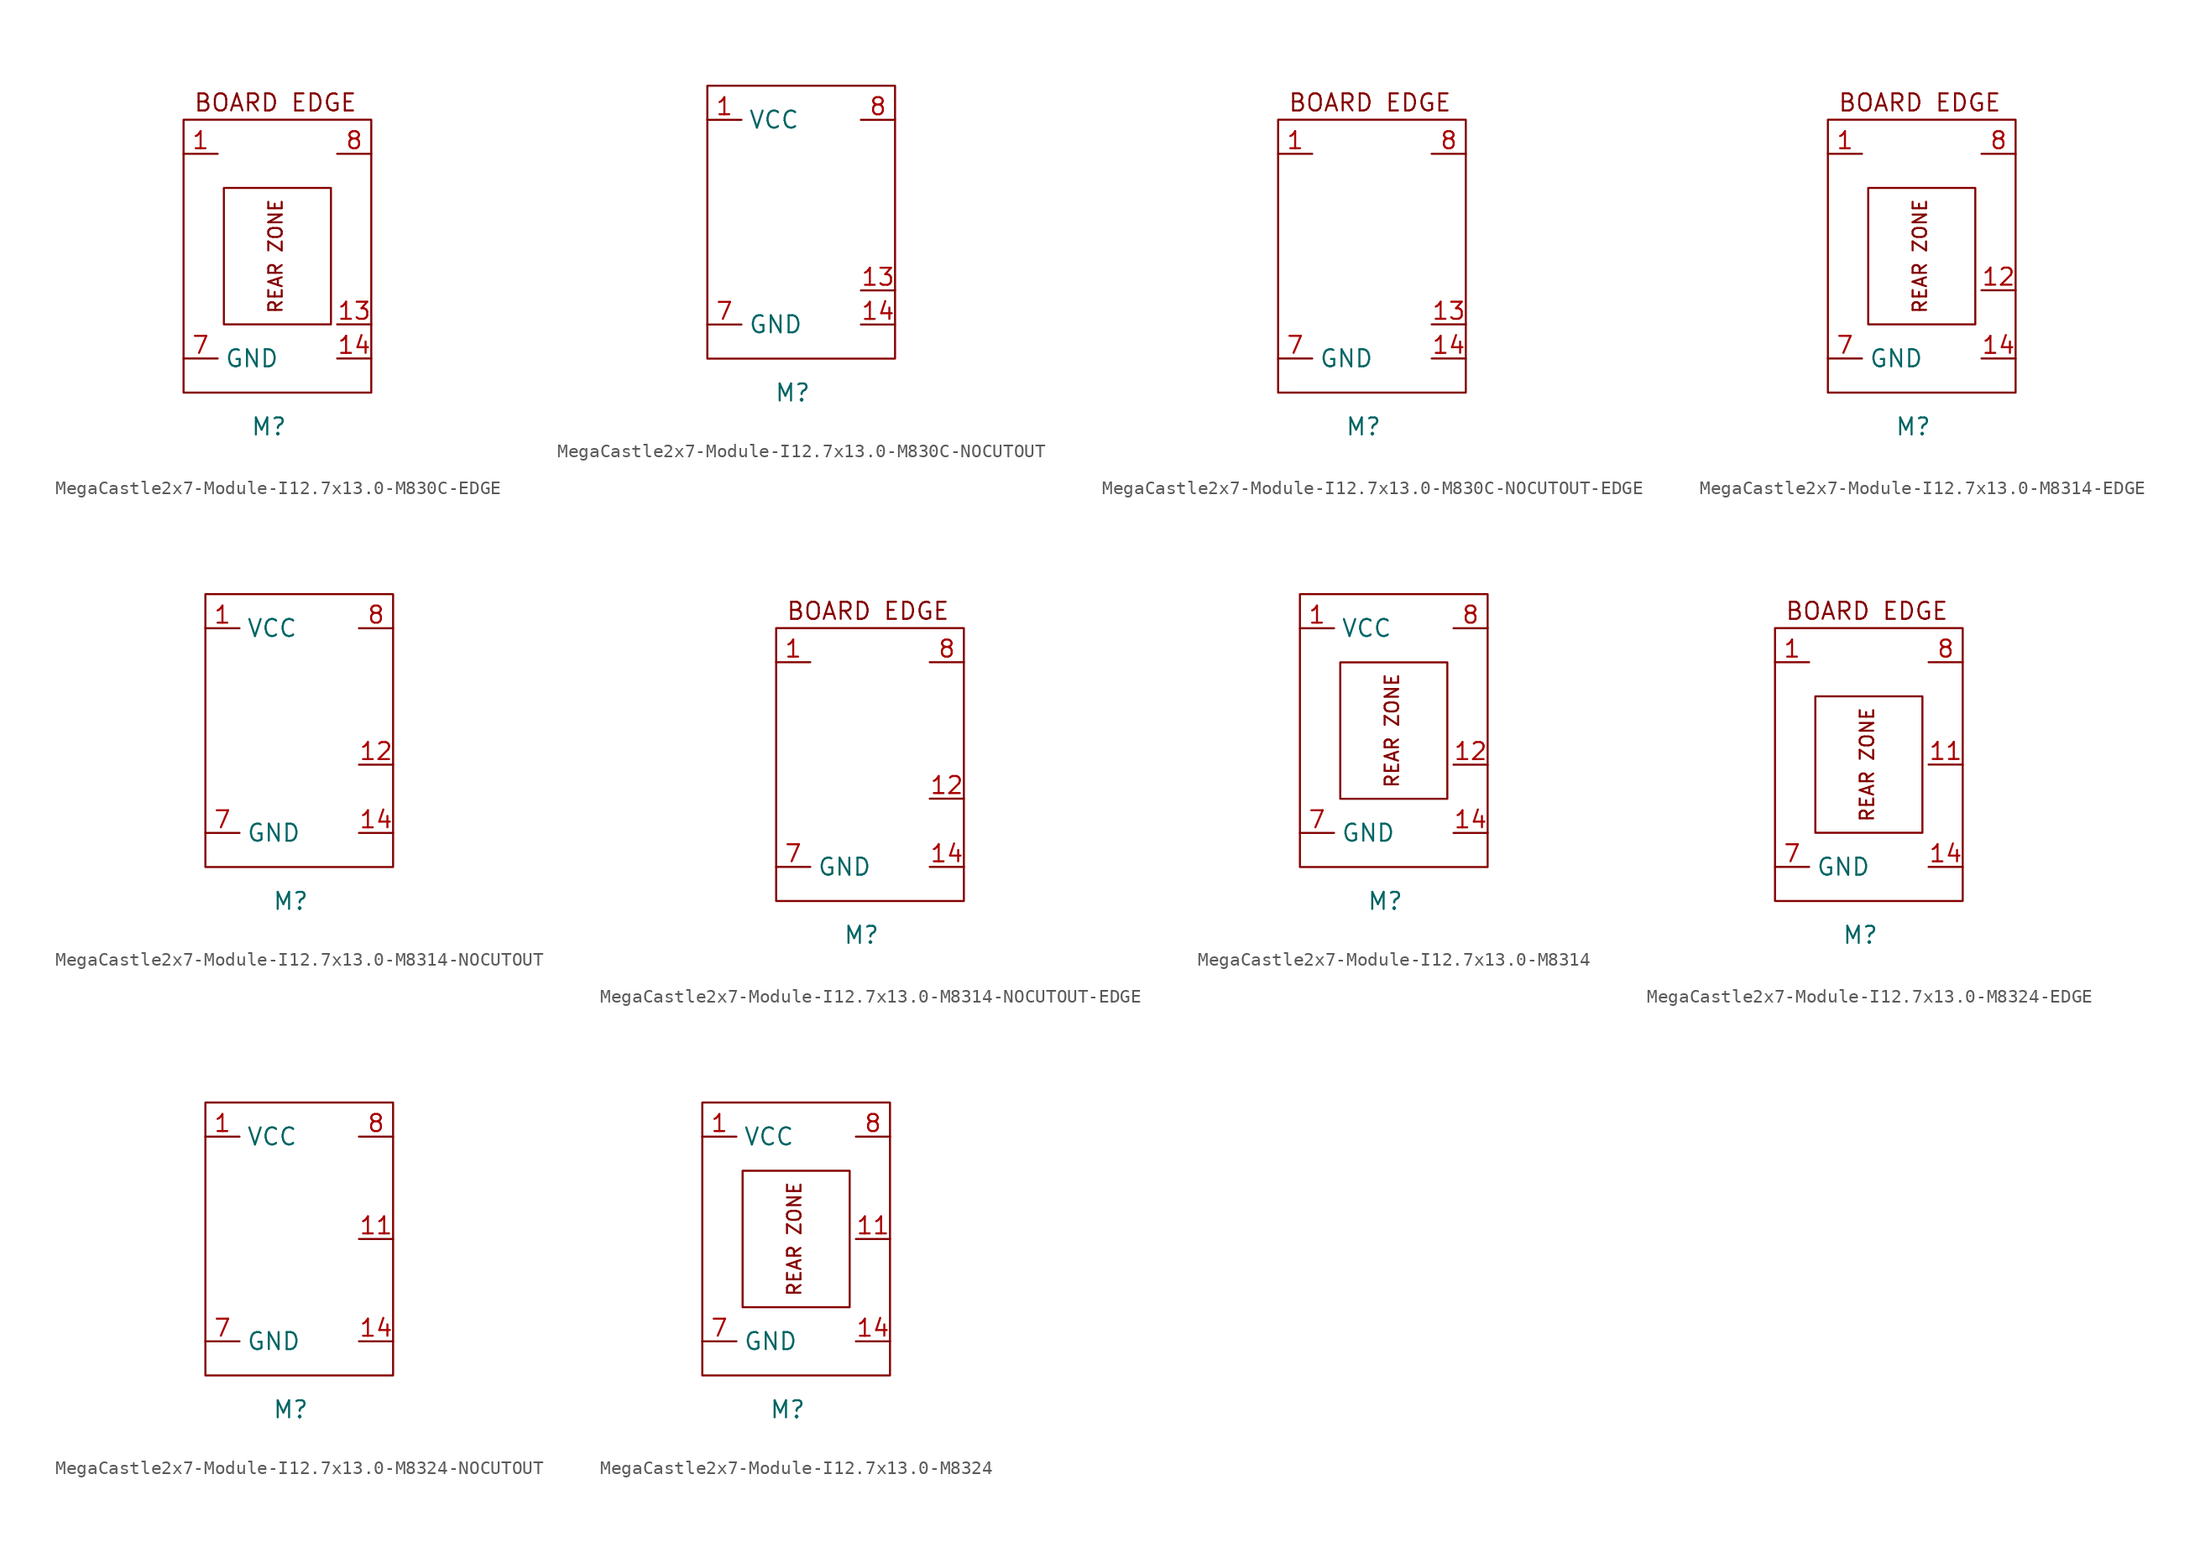
<source format=kicad_sym>
(kicad_symbol_lib
  (version 20241209)
  (generator "kicad_symbol_editor")
  (generator_version "9.0")
  (symbol "MegaCastle2x7-Module-I12.7x13.0-M830C-EDGE"
    (property "Reference" "M"
      (at 0 -12.7 0)
      (effects (font (size 1.27 1.27))))
    (property "Value" ""
      (at 0 5.08 0)
      (effects (font (size 1.27 1.27))))
    (symbol "MegaCastle2x7-Module-I12.7x13.0-M830C-EDGE_0_1"
      (rectangle (start -6.35 10.16) (end 7.62 -10.16) (stroke (width 0) (type default)) (fill (type none)))
      (rectangle (start -3.35 5.08) (end 4.62 -5.08) (stroke (width 0) (type default)) (fill (type none))))
    (symbol "MegaCastle2x7-Module-I12.7x13.0-M830C-EDGE_1_1"
      (text " BOARD EDGE" (at 0 11.43 0) (effects (font (size 1.27 1.27))))
      (text "REAR ZONE" (at 0.5 0 900) (effects (font (size 1 1))))
      (pin bidirectional line (at -6.35 7.62 0) (length 2.54) (name "" (effects (font (size 1.27 1.27)))) (number "1" (effects (font (size 1.27 1.27)))))
      (pin bidirectional line (at -6.35 -7.62 0) (length 2.54) (name "GND" (effects (font (size 1.27 1.27)))) (number "7" (effects (font (size 1.27 1.27)))))
      (pin bidirectional line (at 7.62 7.62 180) (length 2.54) (name "" (effects (font (size 1.27 1.27)))) (number "8" (effects (font (size 1.27 1.27)))))
      (pin bidirectional line (at 7.62 -5.08 180) (length 2.54) (name "" (effects (font (size 1.27 1.27)))) (number "13" (effects (font (size 1.27 1.27)))))
      (pin bidirectional line (at 7.62 -7.62 180) (length 2.54) (name "" (effects (font (size 1.27 1.27)))) (number "14" (effects (font (size 1.27 1.27)))))))
  (symbol "MegaCastle2x7-Module-I12.7x13.0-M830C-NOCUTOUT"
    (property "Reference" "M"
      (at 0 -12.7 0)
      (effects (font (size 1.27 1.27))))
    (property "Value" ""
      (at 0 5.08 0)
      (effects (font (size 1.27 1.27))))
    (symbol "MegaCastle2x7-Module-I12.7x13.0-M830C-NOCUTOUT_0_1"
      (rectangle (start -6.35 10.16) (end 7.62 -10.16) (stroke (width 0) (type default)) (fill (type none))))
    (symbol "MegaCastle2x7-Module-I12.7x13.0-M830C-NOCUTOUT_1_1"
      (pin bidirectional line (at -6.35 7.62 0) (length 2.54) (name "VCC" (effects (font (size 1.27 1.27)))) (number "1" (effects (font (size 1.27 1.27)))))
      (pin bidirectional line (at -6.35 -7.62 0) (length 2.54) (name "GND" (effects (font (size 1.27 1.27)))) (number "7" (effects (font (size 1.27 1.27)))))
      (pin bidirectional line (at 7.62 7.62 180) (length 2.54) (name "" (effects (font (size 1.27 1.27)))) (number "8" (effects (font (size 1.27 1.27)))))
      (pin bidirectional line (at 7.62 -5.08 180) (length 2.54) (name "" (effects (font (size 1.27 1.27)))) (number "13" (effects (font (size 1.27 1.27)))))
      (pin bidirectional line (at 7.62 -7.62 180) (length 2.54) (name "" (effects (font (size 1.27 1.27)))) (number "14" (effects (font (size 1.27 1.27)))))))
  (symbol "MegaCastle2x7-Module-I12.7x13.0-M830C-NOCUTOUT-EDGE"
    (property "Reference" "M"
      (at 0 -12.7 0)
      (effects (font (size 1.27 1.27))))
    (property "Value" ""
      (at 0 5.08 0)
      (effects (font (size 1.27 1.27))))
    (symbol "MegaCastle2x7-Module-I12.7x13.0-M830C-NOCUTOUT-EDGE_0_1"
      (rectangle (start -6.35 10.16) (end 7.62 -10.16) (stroke (width 0) (type default)) (fill (type none))))
    (symbol "MegaCastle2x7-Module-I12.7x13.0-M830C-NOCUTOUT-EDGE_1_1"
      (text " BOARD EDGE" (at 0 11.43 0) (effects (font (size 1.27 1.27))))
      (pin bidirectional line (at -6.35 7.62 0) (length 2.54) (name "" (effects (font (size 1.27 1.27)))) (number "1" (effects (font (size 1.27 1.27)))))
      (pin bidirectional line (at -6.35 -7.62 0) (length 2.54) (name "GND" (effects (font (size 1.27 1.27)))) (number "7" (effects (font (size 1.27 1.27)))))
      (pin bidirectional line (at 7.62 7.62 180) (length 2.54) (name "" (effects (font (size 1.27 1.27)))) (number "8" (effects (font (size 1.27 1.27)))))
      (pin bidirectional line (at 7.62 -5.08 180) (length 2.54) (name "" (effects (font (size 1.27 1.27)))) (number "13" (effects (font (size 1.27 1.27)))))
      (pin bidirectional line (at 7.62 -7.62 180) (length 2.54) (name "" (effects (font (size 1.27 1.27)))) (number "14" (effects (font (size 1.27 1.27)))))))
  (symbol "MegaCastle2x7-Module-I12.7x13.0-M8314-EDGE"
    (property "Reference" "M"
      (at 0 -12.7 0)
      (effects (font (size 1.27 1.27))))
    (property "Value" ""
      (at 0 5.08 0)
      (effects (font (size 1.27 1.27))))
    (symbol "MegaCastle2x7-Module-I12.7x13.0-M8314-EDGE_0_1"
      (rectangle (start -6.35 10.16) (end 7.62 -10.16) (stroke (width 0) (type default)) (fill (type none)))
      (rectangle (start -3.35 5.08) (end 4.62 -5.08) (stroke (width 0) (type default)) (fill (type none))))
    (symbol "MegaCastle2x7-Module-I12.7x13.0-M8314-EDGE_1_1"
      (text " BOARD EDGE" (at 0 11.43 0) (effects (font (size 1.27 1.27))))
      (text "REAR ZONE" (at 0.5 0 900) (effects (font (size 1 1))))
      (pin bidirectional line (at -6.35 7.62 0) (length 2.54) (name "" (effects (font (size 1.27 1.27)))) (number "1" (effects (font (size 1.27 1.27)))))
      (pin bidirectional line (at -6.35 -7.62 0) (length 2.54) (name "GND" (effects (font (size 1.27 1.27)))) (number "7" (effects (font (size 1.27 1.27)))))
      (pin bidirectional line (at 7.62 7.62 180) (length 2.54) (name "" (effects (font (size 1.27 1.27)))) (number "8" (effects (font (size 1.27 1.27)))))
      (pin bidirectional line (at 7.62 -2.54 180) (length 2.54) (name "" (effects (font (size 1.27 1.27)))) (number "12" (effects (font (size 1.27 1.27)))))
      (pin bidirectional line (at 7.62 -7.62 180) (length 2.54) (name "" (effects (font (size 1.27 1.27)))) (number "14" (effects (font (size 1.27 1.27)))))))
  (symbol "MegaCastle2x7-Module-I12.7x13.0-M8314-NOCUTOUT"
    (property "Reference" "M"
      (at 0 -12.7 0)
      (effects (font (size 1.27 1.27))))
    (property "Value" ""
      (at 0 5.08 0)
      (effects (font (size 1.27 1.27))))
    (symbol "MegaCastle2x7-Module-I12.7x13.0-M8314-NOCUTOUT_0_1"
      (rectangle (start -6.35 10.16) (end 7.62 -10.16) (stroke (width 0) (type default)) (fill (type none))))
    (symbol "MegaCastle2x7-Module-I12.7x13.0-M8314-NOCUTOUT_1_1"
      (pin bidirectional line (at -6.35 7.62 0) (length 2.54) (name "VCC" (effects (font (size 1.27 1.27)))) (number "1" (effects (font (size 1.27 1.27)))))
      (pin bidirectional line (at -6.35 -7.62 0) (length 2.54) (name "GND" (effects (font (size 1.27 1.27)))) (number "7" (effects (font (size 1.27 1.27)))))
      (pin bidirectional line (at 7.62 7.62 180) (length 2.54) (name "" (effects (font (size 1.27 1.27)))) (number "8" (effects (font (size 1.27 1.27)))))
      (pin bidirectional line (at 7.62 -2.54 180) (length 2.54) (name "" (effects (font (size 1.27 1.27)))) (number "12" (effects (font (size 1.27 1.27)))))
      (pin bidirectional line (at 7.62 -7.62 180) (length 2.54) (name "" (effects (font (size 1.27 1.27)))) (number "14" (effects (font (size 1.27 1.27)))))))
  (symbol "MegaCastle2x7-Module-I12.7x13.0-M8314-NOCUTOUT-EDGE"
    (property "Reference" "M"
      (at 0 -12.7 0)
      (effects (font (size 1.27 1.27))))
    (property "Value" ""
      (at 0 5.08 0)
      (effects (font (size 1.27 1.27))))
    (symbol "MegaCastle2x7-Module-I12.7x13.0-M8314-NOCUTOUT-EDGE_0_1"
      (rectangle (start -6.35 10.16) (end 7.62 -10.16) (stroke (width 0) (type default)) (fill (type none))))
    (symbol "MegaCastle2x7-Module-I12.7x13.0-M8314-NOCUTOUT-EDGE_1_1"
      (text " BOARD EDGE" (at 0 11.43 0) (effects (font (size 1.27 1.27))))
      (pin bidirectional line (at -6.35 7.62 0) (length 2.54) (name "" (effects (font (size 1.27 1.27)))) (number "1" (effects (font (size 1.27 1.27)))))
      (pin bidirectional line (at -6.35 -7.62 0) (length 2.54) (name "GND" (effects (font (size 1.27 1.27)))) (number "7" (effects (font (size 1.27 1.27)))))
      (pin bidirectional line (at 7.62 7.62 180) (length 2.54) (name "" (effects (font (size 1.27 1.27)))) (number "8" (effects (font (size 1.27 1.27)))))
      (pin bidirectional line (at 7.62 -2.54 180) (length 2.54) (name "" (effects (font (size 1.27 1.27)))) (number "12" (effects (font (size 1.27 1.27)))))
      (pin bidirectional line (at 7.62 -7.62 180) (length 2.54) (name "" (effects (font (size 1.27 1.27)))) (number "14" (effects (font (size 1.27 1.27)))))))
  (symbol "MegaCastle2x7-Module-I12.7x13.0-M8314"
    (property "Reference" "M"
      (at 0 -12.7 0)
      (effects (font (size 1.27 1.27))))
    (property "Value" ""
      (at 0 5.08 0)
      (effects (font (size 1.27 1.27))))
    (symbol "MegaCastle2x7-Module-I12.7x13.0-M8314_0_1"
      (rectangle (start -6.35 10.16) (end 7.62 -10.16) (stroke (width 0) (type default)) (fill (type none)))
      (rectangle (start -3.35 5.08) (end 4.62 -5.08) (stroke (width 0) (type default)) (fill (type none))))
    (symbol "MegaCastle2x7-Module-I12.7x13.0-M8314_1_1"
      (text "REAR ZONE" (at 0.5 0 900) (effects (font (size 1 1))))
      (pin bidirectional line (at -6.35 7.62 0) (length 2.54) (name "VCC" (effects (font (size 1.27 1.27)))) (number "1" (effects (font (size 1.27 1.27)))))
      (pin bidirectional line (at -6.35 -7.62 0) (length 2.54) (name "GND" (effects (font (size 1.27 1.27)))) (number "7" (effects (font (size 1.27 1.27)))))
      (pin bidirectional line (at 7.62 7.62 180) (length 2.54) (name "" (effects (font (size 1.27 1.27)))) (number "8" (effects (font (size 1.27 1.27)))))
      (pin bidirectional line (at 7.62 -2.54 180) (length 2.54) (name "" (effects (font (size 1.27 1.27)))) (number "12" (effects (font (size 1.27 1.27)))))
      (pin bidirectional line (at 7.62 -7.62 180) (length 2.54) (name "" (effects (font (size 1.27 1.27)))) (number "14" (effects (font (size 1.27 1.27)))))))
  (symbol "MegaCastle2x7-Module-I12.7x13.0-M8324-EDGE"
    (property "Reference" "M"
      (at 0 -12.7 0)
      (effects (font (size 1.27 1.27))))
    (property "Value" ""
      (at 0 5.08 0)
      (effects (font (size 1.27 1.27))))
    (symbol "MegaCastle2x7-Module-I12.7x13.0-M8324-EDGE_0_1"
      (rectangle (start -6.35 10.16) (end 7.62 -10.16) (stroke (width 0) (type default)) (fill (type none)))
      (rectangle (start -3.35 5.08) (end 4.62 -5.08) (stroke (width 0) (type default)) (fill (type none))))
    (symbol "MegaCastle2x7-Module-I12.7x13.0-M8324-EDGE_1_1"
      (text " BOARD EDGE" (at 0 11.43 0) (effects (font (size 1.27 1.27))))
      (text "REAR ZONE" (at 0.5 0 900) (effects (font (size 1 1))))
      (pin bidirectional line (at -6.35 7.62 0) (length 2.54) (name "" (effects (font (size 1.27 1.27)))) (number "1" (effects (font (size 1.27 1.27)))))
      (pin bidirectional line (at -6.35 -7.62 0) (length 2.54) (name "GND" (effects (font (size 1.27 1.27)))) (number "7" (effects (font (size 1.27 1.27)))))
      (pin bidirectional line (at 7.62 7.62 180) (length 2.54) (name "" (effects (font (size 1.27 1.27)))) (number "8" (effects (font (size 1.27 1.27)))))
      (pin bidirectional line (at 7.62 0 180) (length 2.54) (name "" (effects (font (size 1.27 1.27)))) (number "11" (effects (font (size 1.27 1.27)))))
      (pin bidirectional line (at 7.62 -7.62 180) (length 2.54) (name "" (effects (font (size 1.27 1.27)))) (number "14" (effects (font (size 1.27 1.27)))))))
  (symbol "MegaCastle2x7-Module-I12.7x13.0-M8324-NOCUTOUT"
    (property "Reference" "M"
      (at 0 -12.7 0)
      (effects (font (size 1.27 1.27))))
    (property "Value" ""
      (at 0 5.08 0)
      (effects (font (size 1.27 1.27))))
    (symbol "MegaCastle2x7-Module-I12.7x13.0-M8324-NOCUTOUT_0_1"
      (rectangle (start -6.35 10.16) (end 7.62 -10.16) (stroke (width 0) (type default)) (fill (type none))))
    (symbol "MegaCastle2x7-Module-I12.7x13.0-M8324-NOCUTOUT_1_1"
      (pin bidirectional line (at -6.35 7.62 0) (length 2.54) (name "VCC" (effects (font (size 1.27 1.27)))) (number "1" (effects (font (size 1.27 1.27)))))
      (pin bidirectional line (at -6.35 -7.62 0) (length 2.54) (name "GND" (effects (font (size 1.27 1.27)))) (number "7" (effects (font (size 1.27 1.27)))))
      (pin bidirectional line (at 7.62 7.62 180) (length 2.54) (name "" (effects (font (size 1.27 1.27)))) (number "8" (effects (font (size 1.27 1.27)))))
      (pin bidirectional line (at 7.62 0 180) (length 2.54) (name "" (effects (font (size 1.27 1.27)))) (number "11" (effects (font (size 1.27 1.27)))))
      (pin bidirectional line (at 7.62 -7.62 180) (length 2.54) (name "" (effects (font (size 1.27 1.27)))) (number "14" (effects (font (size 1.27 1.27)))))))
  (symbol "MegaCastle2x7-Module-I12.7x13.0-M8324"
    (property "Reference" "M"
      (at 0 -12.7 0)
      (effects (font (size 1.27 1.27))))
    (property "Value" ""
      (at 0 5.08 0)
      (effects (font (size 1.27 1.27))))
    (symbol "MegaCastle2x7-Module-I12.7x13.0-M8324_0_1"
      (rectangle (start -6.35 10.16) (end 7.62 -10.16) (stroke (width 0) (type default)) (fill (type none)))
      (rectangle (start -3.35 5.08) (end 4.62 -5.08) (stroke (width 0) (type default)) (fill (type none))))
    (symbol "MegaCastle2x7-Module-I12.7x13.0-M8324_1_1"
      (text "REAR ZONE" (at 0.5 0 900) (effects (font (size 1 1))))
      (pin bidirectional line (at -6.35 7.62 0) (length 2.54) (name "VCC" (effects (font (size 1.27 1.27)))) (number "1" (effects (font (size 1.27 1.27)))))
      (pin bidirectional line (at -6.35 -7.62 0) (length 2.54) (name "GND" (effects (font (size 1.27 1.27)))) (number "7" (effects (font (size 1.27 1.27)))))
      (pin bidirectional line (at 7.62 7.62 180) (length 2.54) (name "" (effects (font (size 1.27 1.27)))) (number "8" (effects (font (size 1.27 1.27)))))
      (pin bidirectional line (at 7.62 0 180) (length 2.54) (name "" (effects (font (size 1.27 1.27)))) (number "11" (effects (font (size 1.27 1.27)))))
      (pin bidirectional line (at 7.62 -7.62 180) (length 2.54) (name "" (effects (font (size 1.27 1.27)))) (number "14" (effects (font (size 1.27 1.27))))))))
</source>
